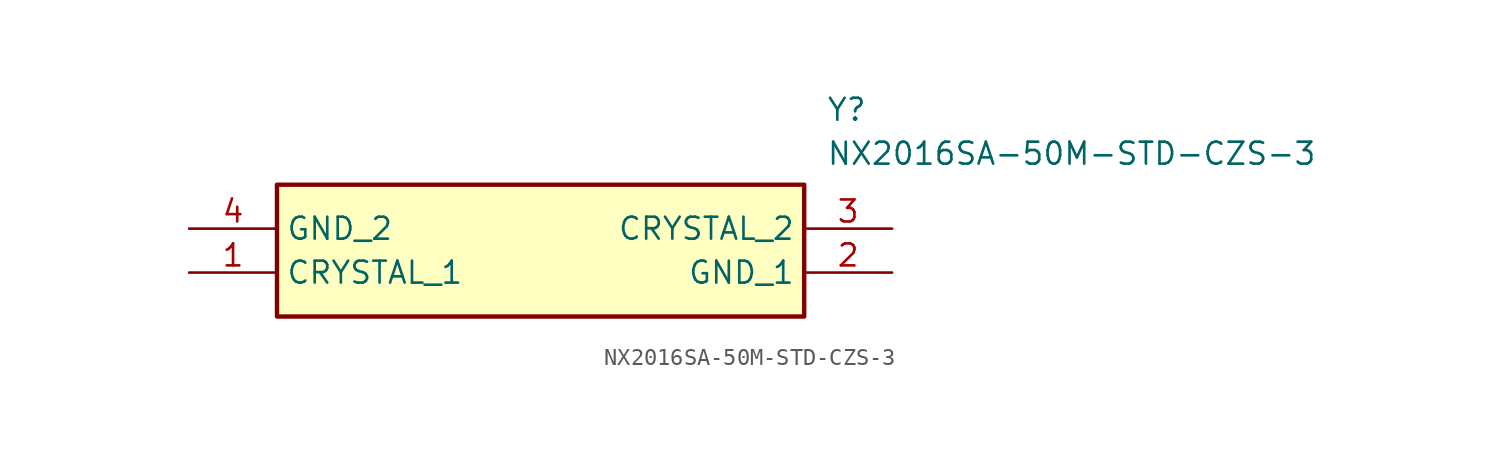
<source format=kicad_sym>
(kicad_symbol_lib
  (version 20211014)
  (generator SamacSys_ECAD_Model)
  (symbol "NX2016SA-50M-STD-CZS-3"
    (property "Reference" "Y"
      (at 36.83 7.62 0)
      (effects (font (size 1.27 1.27)) (justify left top)))
    (property "Value" "NX2016SA-50M-STD-CZS-3"
      (at 36.83 5.08 0)
      (effects (font (size 1.27 1.27)) (justify left top)))
    (rectangle
      (start 5.08 2.54)
      (end 35.56 -5.08)
      (stroke (width 0.254) (type default))
      (fill (type background)))
    (pin passive line
      (at 0 -2.54 0)
      (length 5.08)
      (name "CRYSTAL_1" (effects (font (size 1.27 1.27))))
      (number "1" (effects (font (size 1.27 1.27)))))
    (pin passive line
      (at 40.64 -2.54 180)
      (length 5.08)
      (name "GND_1" (effects (font (size 1.27 1.27))))
      (number "2" (effects (font (size 1.27 1.27)))))
    (pin passive line
      (at 40.64 0 180)
      (length 5.08)
      (name "CRYSTAL_2" (effects (font (size 1.27 1.27))))
      (number "3" (effects (font (size 1.27 1.27)))))
    (pin passive line
      (at 0 0 0)
      (length 5.08)
      (name "GND_2" (effects (font (size 1.27 1.27))))
      (number "4" (effects (font (size 1.27 1.27)))))))
</source>
